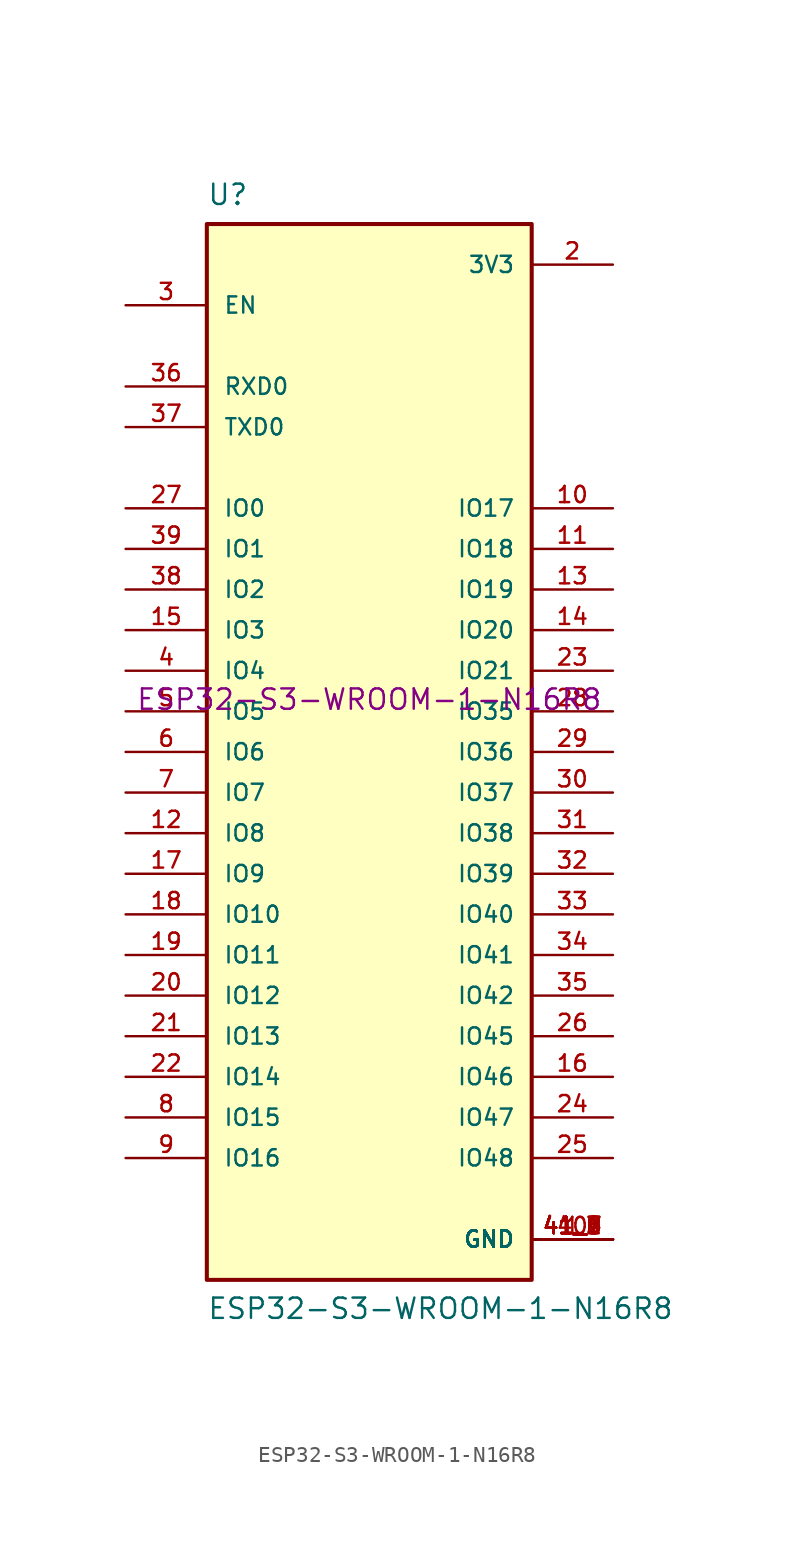
<source format=kicad_sym>
(kicad_symbol_lib
  (version 20231120)
  (generator "kicad_symbol_editor")
  (generator_version "8.0")
  (symbol "ESP32-S3-WROOM-1-N16R8"
    (pin_names
      (offset 1.016))
    (property "Reference" "U"
      (at -10.16 31.572 0)
      (effects (font (size 1.27 1.27)) (justify left bottom)))
    (property "Value" "ESP32-S3-WROOM-1-N16R8"
      (at -10.16 -38.1 0)
      (effects (font (size 1.27 1.27)) (justify left bottom)))
    (property "Footprint" "ESP32-S3-WROOM-1-N16R8"
      (at 0 0 0)
      (effects (font (size 1.27 1.27)) (justify bottom)))
    (symbol "ESP32-S3-WROOM-1-N16R8_0_0"
      (rectangle (start -10.16 -35.56) (end 10.16 30.48) (stroke (width 0.254) (type default)) (fill (type background)))
      (pin power_in line (at 15.24 -33.02 180) (length 5.08) (name "GND" (effects (font (size 1.016 1.016)))) (number "1" (effects (font (size 1.016 1.016)))))
      (pin bidirectional line (at 15.24 12.7 180) (length 5.08) (name "IO17" (effects (font (size 1.016 1.016)))) (number "10" (effects (font (size 1.016 1.016)))))
      (pin bidirectional line (at 15.24 10.16 180) (length 5.08) (name "IO18" (effects (font (size 1.016 1.016)))) (number "11" (effects (font (size 1.016 1.016)))))
      (pin bidirectional line (at -15.24 -7.62 0) (length 5.08) (name "IO8" (effects (font (size 1.016 1.016)))) (number "12" (effects (font (size 1.016 1.016)))))
      (pin bidirectional line (at 15.24 7.62 180) (length 5.08) (name "IO19" (effects (font (size 1.016 1.016)))) (number "13" (effects (font (size 1.016 1.016)))))
      (pin bidirectional line (at 15.24 5.08 180) (length 5.08) (name "IO20" (effects (font (size 1.016 1.016)))) (number "14" (effects (font (size 1.016 1.016)))))
      (pin bidirectional line (at -15.24 5.08 0) (length 5.08) (name "IO3" (effects (font (size 1.016 1.016)))) (number "15" (effects (font (size 1.016 1.016)))))
      (pin bidirectional line (at 15.24 -22.86 180) (length 5.08) (name "IO46" (effects (font (size 1.016 1.016)))) (number "16" (effects (font (size 1.016 1.016)))))
      (pin bidirectional line (at -15.24 -10.16 0) (length 5.08) (name "IO9" (effects (font (size 1.016 1.016)))) (number "17" (effects (font (size 1.016 1.016)))))
      (pin bidirectional line (at -15.24 -12.7 0) (length 5.08) (name "IO10" (effects (font (size 1.016 1.016)))) (number "18" (effects (font (size 1.016 1.016)))))
      (pin bidirectional line (at -15.24 -15.24 0) (length 5.08) (name "IO11" (effects (font (size 1.016 1.016)))) (number "19" (effects (font (size 1.016 1.016)))))
      (pin power_in line (at 15.24 27.94 180) (length 5.08) (name "3V3" (effects (font (size 1.016 1.016)))) (number "2" (effects (font (size 1.016 1.016)))))
      (pin bidirectional line (at -15.24 -17.78 0) (length 5.08) (name "IO12" (effects (font (size 1.016 1.016)))) (number "20" (effects (font (size 1.016 1.016)))))
      (pin bidirectional line (at -15.24 -20.32 0) (length 5.08) (name "IO13" (effects (font (size 1.016 1.016)))) (number "21" (effects (font (size 1.016 1.016)))))
      (pin bidirectional line (at -15.24 -22.86 0) (length 5.08) (name "IO14" (effects (font (size 1.016 1.016)))) (number "22" (effects (font (size 1.016 1.016)))))
      (pin bidirectional line (at 15.24 2.54 180) (length 5.08) (name "IO21" (effects (font (size 1.016 1.016)))) (number "23" (effects (font (size 1.016 1.016)))))
      (pin bidirectional line (at 15.24 -25.4 180) (length 5.08) (name "IO47" (effects (font (size 1.016 1.016)))) (number "24" (effects (font (size 1.016 1.016)))))
      (pin bidirectional line (at 15.24 -27.94 180) (length 5.08) (name "IO48" (effects (font (size 1.016 1.016)))) (number "25" (effects (font (size 1.016 1.016)))))
      (pin bidirectional line (at 15.24 -20.32 180) (length 5.08) (name "IO45" (effects (font (size 1.016 1.016)))) (number "26" (effects (font (size 1.016 1.016)))))
      (pin bidirectional line (at -15.24 12.7 0) (length 5.08) (name "IO0" (effects (font (size 1.016 1.016)))) (number "27" (effects (font (size 1.016 1.016)))))
      (pin bidirectional line (at 15.24 0 180) (length 5.08) (name "IO35" (effects (font (size 1.016 1.016)))) (number "28" (effects (font (size 1.016 1.016)))))
      (pin bidirectional line (at 15.24 -2.54 180) (length 5.08) (name "IO36" (effects (font (size 1.016 1.016)))) (number "29" (effects (font (size 1.016 1.016)))))
      (pin input line (at -15.24 25.4 0) (length 5.08) (name "EN" (effects (font (size 1.016 1.016)))) (number "3" (effects (font (size 1.016 1.016)))))
      (pin bidirectional line (at 15.24 -5.08 180) (length 5.08) (name "IO37" (effects (font (size 1.016 1.016)))) (number "30" (effects (font (size 1.016 1.016)))))
      (pin bidirectional line (at 15.24 -7.62 180) (length 5.08) (name "IO38" (effects (font (size 1.016 1.016)))) (number "31" (effects (font (size 1.016 1.016)))))
      (pin bidirectional line (at 15.24 -10.16 180) (length 5.08) (name "IO39" (effects (font (size 1.016 1.016)))) (number "32" (effects (font (size 1.016 1.016)))))
      (pin bidirectional line (at 15.24 -12.7 180) (length 5.08) (name "IO40" (effects (font (size 1.016 1.016)))) (number "33" (effects (font (size 1.016 1.016)))))
      (pin bidirectional line (at 15.24 -15.24 180) (length 5.08) (name "IO41" (effects (font (size 1.016 1.016)))) (number "34" (effects (font (size 1.016 1.016)))))
      (pin bidirectional line (at 15.24 -17.78 180) (length 5.08) (name "IO42" (effects (font (size 1.016 1.016)))) (number "35" (effects (font (size 1.016 1.016)))))
      (pin bidirectional line (at -15.24 20.32 0) (length 5.08) (name "RXD0" (effects (font (size 1.016 1.016)))) (number "36" (effects (font (size 1.016 1.016)))))
      (pin bidirectional line (at -15.24 17.78 0) (length 5.08) (name "TXD0" (effects (font (size 1.016 1.016)))) (number "37" (effects (font (size 1.016 1.016)))))
      (pin bidirectional line (at -15.24 7.62 0) (length 5.08) (name "IO2" (effects (font (size 1.016 1.016)))) (number "38" (effects (font (size 1.016 1.016)))))
      (pin bidirectional line (at -15.24 10.16 0) (length 5.08) (name "IO1" (effects (font (size 1.016 1.016)))) (number "39" (effects (font (size 1.016 1.016)))))
      (pin bidirectional line (at -15.24 2.54 0) (length 5.08) (name "IO4" (effects (font (size 1.016 1.016)))) (number "4" (effects (font (size 1.016 1.016)))))
      (pin power_in line (at 15.24 -33.02 180) (length 5.08) (name "GND" (effects (font (size 1.016 1.016)))) (number "40" (effects (font (size 1.016 1.016)))))
      (pin power_in line (at 15.24 -33.02 180) (length 5.08) (name "GND" (effects (font (size 1.016 1.016)))) (number "41_1" (effects (font (size 1.016 1.016)))))
      (pin power_in line (at 15.24 -33.02 180) (length 5.08) (name "GND" (effects (font (size 1.016 1.016)))) (number "41_2" (effects (font (size 1.016 1.016)))))
      (pin power_in line (at 15.24 -33.02 180) (length 5.08) (name "GND" (effects (font (size 1.016 1.016)))) (number "41_3" (effects (font (size 1.016 1.016)))))
      (pin power_in line (at 15.24 -33.02 180) (length 5.08) (name "GND" (effects (font (size 1.016 1.016)))) (number "41_4" (effects (font (size 1.016 1.016)))))
      (pin power_in line (at 15.24 -33.02 180) (length 5.08) (name "GND" (effects (font (size 1.016 1.016)))) (number "41_5" (effects (font (size 1.016 1.016)))))
      (pin power_in line (at 15.24 -33.02 180) (length 5.08) (name "GND" (effects (font (size 1.016 1.016)))) (number "41_6" (effects (font (size 1.016 1.016)))))
      (pin power_in line (at 15.24 -33.02 180) (length 5.08) (name "GND" (effects (font (size 1.016 1.016)))) (number "41_7" (effects (font (size 1.016 1.016)))))
      (pin power_in line (at 15.24 -33.02 180) (length 5.08) (name "GND" (effects (font (size 1.016 1.016)))) (number "41_8" (effects (font (size 1.016 1.016)))))
      (pin power_in line (at 15.24 -33.02 180) (length 5.08) (name "GND" (effects (font (size 1.016 1.016)))) (number "41_9" (effects (font (size 1.016 1.016)))))
      (pin bidirectional line (at -15.24 0 0) (length 5.08) (name "IO5" (effects (font (size 1.016 1.016)))) (number "5" (effects (font (size 1.016 1.016)))))
      (pin bidirectional line (at -15.24 -2.54 0) (length 5.08) (name "IO6" (effects (font (size 1.016 1.016)))) (number "6" (effects (font (size 1.016 1.016)))))
      (pin bidirectional line (at -15.24 -5.08 0) (length 5.08) (name "IO7" (effects (font (size 1.016 1.016)))) (number "7" (effects (font (size 1.016 1.016)))))
      (pin bidirectional line (at -15.24 -25.4 0) (length 5.08) (name "IO15" (effects (font (size 1.016 1.016)))) (number "8" (effects (font (size 1.016 1.016)))))
      (pin bidirectional line (at -15.24 -27.94 0) (length 5.08) (name "IO16" (effects (font (size 1.016 1.016)))) (number "9" (effects (font (size 1.016 1.016))))))))
</source>
